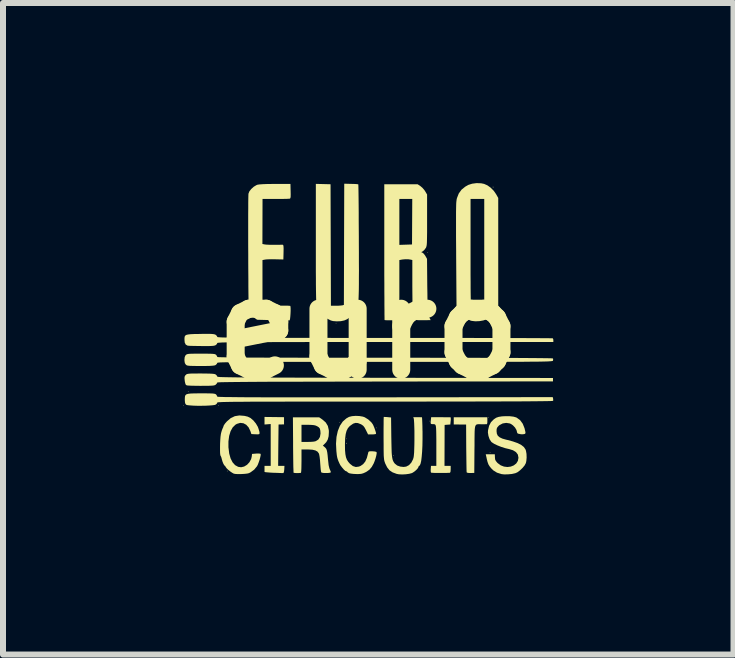
<source format=kicad_pcb>
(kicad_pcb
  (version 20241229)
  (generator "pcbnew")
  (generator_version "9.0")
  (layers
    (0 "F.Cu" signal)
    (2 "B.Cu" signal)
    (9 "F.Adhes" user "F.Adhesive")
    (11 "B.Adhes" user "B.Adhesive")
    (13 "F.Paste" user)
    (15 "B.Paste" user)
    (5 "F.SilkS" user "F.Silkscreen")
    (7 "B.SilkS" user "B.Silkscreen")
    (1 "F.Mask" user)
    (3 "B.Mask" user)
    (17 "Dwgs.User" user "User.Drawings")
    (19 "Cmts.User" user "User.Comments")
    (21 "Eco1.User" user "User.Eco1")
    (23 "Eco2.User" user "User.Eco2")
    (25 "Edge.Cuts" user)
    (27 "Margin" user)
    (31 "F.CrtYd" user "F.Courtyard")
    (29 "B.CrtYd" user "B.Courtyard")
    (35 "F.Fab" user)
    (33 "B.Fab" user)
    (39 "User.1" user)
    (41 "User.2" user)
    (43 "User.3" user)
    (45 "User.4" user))
  (footprint "euro"
    (layer "F.Cu")
    (at 3.089 2.419)
    (property "Reference" "euro" (at 0 0 0) (layer "F.SilkS") (effects (font (size 1.524 1.524) (thickness 0.3))))
    (attr board_only exclude_from_pos_files exclude_from_bom)
    (fp_poly (pts (xy -3.078 1.283) (xy -3.084 1.288) (xy -3.089 1.283) (xy -3.084 1.277)) (stroke (width 0) (type solid)) (fill yes) (layer "F.SilkS"))
    (fp_poly (pts (xy -2.998 1.055) (xy -3.004 1.06) (xy -3.01 1.055) (xy -3.004 1.049)) (stroke (width 0) (type solid)) (fill yes) (layer "F.SilkS"))
    (fp_poly (pts (xy -2.497 1.283) (xy -2.502 1.288) (xy -2.508 1.283) (xy -2.502 1.277)) (stroke (width 0) (type solid)) (fill yes) (layer "F.SilkS"))
    (fp_poly (pts (xy -2.348 2.377) (xy -2.354 2.383) (xy -2.36 2.377) (xy -2.354 2.371)) (stroke (width 0) (type solid)) (fill yes) (layer "F.SilkS"))
    (fp_poly (pts (xy -0.536 -0.086) (xy -0.542 -0.08) (xy -0.547 -0.086) (xy -0.542 -0.091)) (stroke (width 0) (type solid)) (fill yes) (layer "F.SilkS"))
    (fp_poly (pts (xy -0.479 1.568) (xy -0.485 1.573) (xy -0.49 1.568) (xy -0.485 1.562)) (stroke (width 0) (type solid)) (fill yes) (layer "F.SilkS"))
    (fp_poly (pts (xy -0.365 1.841) (xy -0.371 1.847) (xy -0.376 1.841) (xy -0.371 1.835)) (stroke (width 0) (type solid)) (fill yes) (layer "F.SilkS"))
    (fp_poly (pts (xy 0.137 1.659) (xy 0.131 1.664) (xy 0.125 1.659) (xy 0.131 1.653)) (stroke (width 0) (type solid)) (fill yes) (layer "F.SilkS"))
    (fp_poly (pts (xy 0.422 2.115) (xy 0.416 2.12) (xy 0.41 2.115) (xy 0.416 2.109)) (stroke (width 0) (type solid)) (fill yes) (layer "F.SilkS"))
    (fp_poly (pts (xy 0.992 -1.26) (xy 0.986 -1.254) (xy 0.98 -1.26) (xy 0.986 -1.265)) (stroke (width 0) (type solid)) (fill yes) (layer "F.SilkS"))
    (fp_poly (pts (xy 1.026 1.545) (xy 1.02 1.55) (xy 1.015 1.545) (xy 1.02 1.539)) (stroke (width 0) (type solid)) (fill yes) (layer "F.SilkS"))
    (fp_poly (pts (xy 2.006 1.488) (xy 2.001 1.493) (xy 1.995 1.488) (xy 2.001 1.482)) (stroke (width 0) (type solid)) (fill yes) (layer "F.SilkS"))
    (fp_poly (pts (xy 2.029 2.069) (xy 2.024 2.075) (xy 2.018 2.069) (xy 2.024 2.063)) (stroke (width 0) (type solid)) (fill yes) (layer "F.SilkS"))
    (fp_poly (pts (xy -0.369 1.908) (xy -0.367 1.921) (xy -0.369 1.923) (xy -0.375 1.921) (xy -0.376 1.915) (xy -0.372 1.906)) (stroke (width 0) (type solid)) (fill yes) (layer "F.SilkS"))
    (fp_poly (pts (xy 2.082 -2.356) (xy 2.081 -2.349) (xy 2.075 -2.348) (xy 2.065 -2.353) (xy 2.067 -2.356) (xy 2.081 -2.357)) (stroke (width 0) (type solid)) (fill yes) (layer "F.SilkS"))
    (fp_poly (pts (xy -1.408 1.48) (xy -1.408 1.6) (xy -1.454 1.601) (xy -1.499 1.602) (xy -1.503 1.947) (xy -1.506 2.291) (xy -1.401 2.291) (xy -1.404 2.35) (xy -1.408 2.384) (xy -1.415 2.406) (xy -1.419 2.411) (xy -1.434 2.411) (xy -1.468 2.41) (xy -1.515 2.408) (xy -1.57 2.406) (xy -1.582 2.406) (xy -1.638 2.403) (xy -1.684 2.399) (xy -1.717 2.396) (xy -1.732 2.392) (xy -1.733 2.391) (xy -1.733 2.375) (xy -1.733 2.346) (xy -1.733 2.337) (xy -1.733 2.291) (xy -1.63 2.291) (xy -1.63 1.594) (xy -1.682 1.598) (xy -1.733 1.602) (xy -1.733 1.476)) (stroke (width 0) (type solid)) (fill yes) (layer "F.SilkS"))
    (fp_poly (pts (xy 1.979 1.538) (xy 1.978 1.576) (xy 1.972 1.595) (xy 1.968 1.597) (xy 1.95 1.597) (xy 1.918 1.598) (xy 1.884 1.598) (xy 1.853 1.597) (xy 1.828 1.597) (xy 1.809 1.599) (xy 1.794 1.605) (xy 1.783 1.618) (xy 1.775 1.639) (xy 1.77 1.671) (xy 1.767 1.717) (xy 1.766 1.777) (xy 1.765 1.855) (xy 1.765 1.953) (xy 1.764 2.009) (xy 1.761 2.408) (xy 1.7 2.41) (xy 1.665 2.409) (xy 1.641 2.404) (xy 1.635 2.4) (xy 1.633 2.386) (xy 1.632 2.352) (xy 1.631 2.301) (xy 1.63 2.235) (xy 1.629 2.157) (xy 1.628 2.07) (xy 1.627 1.995) (xy 1.625 1.602) (xy 1.522 1.602) (xy 1.419 1.601) (xy 1.419 1.481) (xy 1.978 1.481)) (stroke (width 0) (type solid)) (fill yes) (layer "F.SilkS"))
    (fp_poly (pts (xy 1.2 1.48) (xy 1.258 1.481) (xy 1.307 1.481) (xy 1.344 1.481) (xy 1.364 1.481) (xy 1.366 1.482) (xy 1.369 1.492) (xy 1.37 1.519) (xy 1.368 1.542) (xy 1.362 1.602) (xy 1.315 1.605) (xy 1.267 1.609) (xy 1.266 1.95) (xy 1.265 2.291) (xy 1.368 2.291) (xy 1.368 2.348) (xy 1.365 2.388) (xy 1.357 2.405) (xy 1.354 2.406) (xy 1.306 2.408) (xy 1.252 2.409) (xy 1.195 2.409) (xy 1.141 2.409) (xy 1.094 2.408) (xy 1.059 2.406) (xy 1.041 2.404) (xy 1.04 2.403) (xy 1.036 2.388) (xy 1.035 2.358) (xy 1.036 2.343) (xy 1.04 2.291) (xy 1.129 2.291) (xy 1.129 1.951) (xy 1.129 1.851) (xy 1.128 1.773) (xy 1.127 1.712) (xy 1.125 1.667) (xy 1.122 1.636) (xy 1.117 1.615) (xy 1.109 1.603) (xy 1.099 1.598) (xy 1.085 1.596) (xy 1.068 1.596) (xy 1.067 1.596) (xy 1.046 1.594) (xy 1.036 1.586) (xy 1.034 1.565) (xy 1.037 1.533) (xy 1.043 1.48)) (stroke (width 0) (type solid)) (fill yes) (layer "F.SilkS"))
    (fp_poly (pts (xy 1.875 -2.416) (xy 1.924 -2.406) (xy 1.979 -2.382) (xy 2.035 -2.342) (xy 2.086 -2.29) (xy 2.122 -2.238) (xy 2.16 -2.172) (xy 2.16 -0.371) (xy 2.135 -0.319) (xy 2.086 -0.245) (xy 2.023 -0.184) (xy 1.971 -0.152) (xy 1.914 -0.132) (xy 1.848 -0.12) (xy 1.779 -0.117) (xy 1.719 -0.124) (xy 1.694 -0.131) (xy 1.626 -0.167) (xy 1.564 -0.218) (xy 1.514 -0.278) (xy 1.498 -0.305) (xy 1.465 -0.371) (xy 1.459 -1.237) (xy 1.459 -1.283) (xy 1.699 -1.283) (xy 1.699 -1.144) (xy 1.699 -1.012) (xy 1.699 -0.887) (xy 1.7 -0.773) (xy 1.7 -0.67) (xy 1.701 -0.581) (xy 1.702 -0.508) (xy 1.703 -0.451) (xy 1.703 -0.414) (xy 1.704 -0.398) (xy 1.705 -0.397) (xy 1.716 -0.389) (xy 1.744 -0.383) (xy 1.791 -0.379) (xy 1.819 -0.378) (xy 1.927 -0.374) (xy 1.927 -2.155) (xy 1.699 -2.155) (xy 1.699 -1.283) (xy 1.459 -1.283) (xy 1.458 -1.4) (xy 1.457 -1.542) (xy 1.457 -1.664) (xy 1.457 -1.768) (xy 1.457 -1.856) (xy 1.457 -1.929) (xy 1.458 -1.989) (xy 1.459 -2.037) (xy 1.46 -2.075) (xy 1.462 -2.106) (xy 1.465 -2.129) (xy 1.467 -2.147) (xy 1.471 -2.162) (xy 1.472 -2.168) (xy 1.503 -2.247) (xy 1.549 -2.31) (xy 1.611 -2.36) (xy 1.662 -2.389) (xy 1.725 -2.409) (xy 1.799 -2.419)) (stroke (width 0) (type solid)) (fill yes) (layer "F.SilkS"))
    (fp_poly (pts (xy -0.291 -2.406) (xy -0.242 -2.405) (xy -0.203 -2.403) (xy -0.178 -2.4) (xy -0.171 -2.398) (xy -0.17 -2.386) (xy -0.169 -2.353) (xy -0.168 -2.3) (xy -0.167 -2.23) (xy -0.166 -2.144) (xy -0.165 -2.043) (xy -0.164 -1.93) (xy -0.164 -1.805) (xy -0.163 -1.671) (xy -0.162 -1.53) (xy -0.162 -1.444) (xy -0.161 -1.263) (xy -0.161 -1.103) (xy -0.16 -0.962) (xy -0.161 -0.84) (xy -0.161 -0.736) (xy -0.162 -0.646) (xy -0.164 -0.571) (xy -0.166 -0.508) (xy -0.169 -0.456) (xy -0.173 -0.414) (xy -0.178 -0.38) (xy -0.184 -0.352) (xy -0.191 -0.33) (xy -0.199 -0.311) (xy -0.208 -0.295) (xy -0.218 -0.28) (xy -0.224 -0.271) (xy -0.288 -0.2) (xy -0.359 -0.151) (xy -0.402 -0.132) (xy -0.462 -0.119) (xy -0.529 -0.116) (xy -0.592 -0.121) (xy -0.628 -0.131) (xy -0.711 -0.172) (xy -0.779 -0.23) (xy -0.831 -0.302) (xy -0.857 -0.362) (xy -0.861 -0.374) (xy -0.864 -0.388) (xy -0.867 -0.405) (xy -0.869 -0.427) (xy -0.871 -0.454) (xy -0.873 -0.49) (xy -0.874 -0.534) (xy -0.875 -0.59) (xy -0.876 -0.657) (xy -0.877 -0.738) (xy -0.877 -0.835) (xy -0.878 -0.948) (xy -0.878 -1.079) (xy -0.878 -1.23) (xy -0.878 -1.402) (xy -0.878 -2.406) (xy -0.633 -2.4) (xy -0.63 -1.388) (xy -0.627 -0.376) (xy -0.544 -0.376) (xy -0.499 -0.377) (xy -0.461 -0.38) (xy -0.436 -0.383) (xy -0.436 -0.383) (xy -0.411 -0.39) (xy -0.408 -1.399) (xy -0.405 -2.409)) (stroke (width 0) (type solid)) (fill yes) (layer "F.SilkS"))
    (fp_poly (pts (xy -2.715 0.753) (xy -2.654 0.754) (xy -2.61 0.756) (xy -2.579 0.759) (xy -2.559 0.763) (xy -2.546 0.769) (xy -2.545 0.77) (xy -2.526 0.789) (xy -2.519 0.804) (xy -2.517 0.806) (xy -2.51 0.808) (xy -2.497 0.809) (xy -2.478 0.811) (xy -2.451 0.812) (xy -2.417 0.813) (xy -2.373 0.814) (xy -2.319 0.815) (xy -2.256 0.816) (xy -2.18 0.817) (xy -2.093 0.818) (xy -1.992 0.819) (xy -1.878 0.819) (xy -1.749 0.82) (xy -1.605 0.82) (xy -1.445 0.821) (xy -1.268 0.821) (xy -1.073 0.822) (xy -0.859 0.822) (xy -0.626 0.823) (xy -0.373 0.823) (xy -0.099 0.823) (xy 0.197 0.824) (xy 0.276 0.824) (xy 3.072 0.827) (xy 3.072 0.884) (xy 0.276 0.886) (xy -0.042 0.887) (xy -0.339 0.887) (xy -0.614 0.888) (xy -0.868 0.888) (xy -1.101 0.889) (xy -1.314 0.889) (xy -1.508 0.89) (xy -1.683 0.89) (xy -1.84 0.891) (xy -1.978 0.892) (xy -2.1 0.893) (xy -2.205 0.894) (xy -2.294 0.895) (xy -2.367 0.896) (xy -2.425 0.897) (xy -2.469 0.898) (xy -2.499 0.9) (xy -2.515 0.901) (xy -2.519 0.902) (xy -2.527 0.918) (xy -2.544 0.936) (xy -2.554 0.944) (xy -2.568 0.949) (xy -2.588 0.953) (xy -2.619 0.955) (xy -2.662 0.957) (xy -2.722 0.957) (xy -2.799 0.958) (xy -2.88 0.957) (xy -2.942 0.956) (xy -2.986 0.954) (xy -3.016 0.952) (xy -3.034 0.947) (xy -3.043 0.942) (xy -3.043 0.941) (xy -3.052 0.921) (xy -3.06 0.887) (xy -3.063 0.863) (xy -3.066 0.825) (xy -3.062 0.8) (xy -3.051 0.782) (xy -3.045 0.777) (xy -3.036 0.768) (xy -3.025 0.762) (xy -3.008 0.758) (xy -2.982 0.755) (xy -2.945 0.753) (xy -2.893 0.753) (xy -2.822 0.752) (xy -2.796 0.752)) (stroke (width 0) (type solid)) (fill yes) (layer "F.SilkS"))
    (fp_poly (pts (xy -0.769 1.519) (xy -0.713 1.568) (xy -0.678 1.626) (xy -0.662 1.697) (xy -0.661 1.726) (xy -0.665 1.797) (xy -0.679 1.851) (xy -0.703 1.894) (xy -0.723 1.916) (xy -0.761 1.953) (xy -0.729 1.98) (xy -0.715 1.994) (xy -0.703 2.011) (xy -0.695 2.034) (xy -0.688 2.067) (xy -0.682 2.114) (xy -0.676 2.179) (xy -0.673 2.206) (xy -0.665 2.279) (xy -0.653 2.331) (xy -0.643 2.356) (xy -0.631 2.382) (xy -0.629 2.399) (xy -0.629 2.4) (xy -0.647 2.406) (xy -0.678 2.41) (xy -0.716 2.41) (xy -0.752 2.409) (xy -0.778 2.404) (xy -0.787 2.4) (xy -0.792 2.384) (xy -0.797 2.35) (xy -0.801 2.303) (xy -0.805 2.251) (xy -0.809 2.193) (xy -0.815 2.142) (xy -0.822 2.103) (xy -0.828 2.084) (xy -0.85 2.054) (xy -0.885 2.034) (xy -0.934 2.022) (xy -1.002 2.018) (xy -1.016 2.018) (xy -1.117 2.018) (xy -1.117 2.212) (xy -1.118 2.275) (xy -1.119 2.331) (xy -1.121 2.373) (xy -1.124 2.4) (xy -1.126 2.407) (xy -1.154 2.41) (xy -1.188 2.411) (xy -1.221 2.41) (xy -1.243 2.407) (xy -1.249 2.405) (xy -1.25 2.392) (xy -1.251 2.358) (xy -1.253 2.307) (xy -1.254 2.24) (xy -1.255 2.161) (xy -1.256 2.071) (xy -1.257 1.973) (xy -1.257 1.939) (xy -1.257 1.892) (xy -1.117 1.892) (xy -1.015 1.892) (xy -0.965 1.891) (xy -0.921 1.888) (xy -0.888 1.882) (xy -0.882 1.88) (xy -0.837 1.853) (xy -0.81 1.81) (xy -0.8 1.753) (xy -0.803 1.705) (xy -0.811 1.671) (xy -0.828 1.649) (xy -0.854 1.632) (xy -0.88 1.62) (xy -0.908 1.613) (xy -0.945 1.609) (xy -0.998 1.607) (xy -1.008 1.607) (xy -1.117 1.607) (xy -1.117 1.892) (xy -1.257 1.892) (xy -1.26 1.482) (xy -0.823 1.482)) (stroke (width 0) (type solid)) (fill yes) (layer "F.SilkS"))
    (fp_poly (pts (xy 0.293 1.477) (xy 0.316 1.479) (xy 0.375 1.485) (xy 0.379 1.811) (xy 0.381 1.916) (xy 0.383 2) (xy 0.385 2.067) (xy 0.389 2.119) (xy 0.395 2.16) (xy 0.402 2.191) (xy 0.412 2.215) (xy 0.424 2.236) (xy 0.44 2.256) (xy 0.44 2.256) (xy 0.477 2.285) (xy 0.528 2.303) (xy 0.584 2.309) (xy 0.627 2.303) (xy 0.673 2.279) (xy 0.712 2.237) (xy 0.741 2.181) (xy 0.751 2.146) (xy 0.755 2.114) (xy 0.759 2.067) (xy 0.761 2.007) (xy 0.763 1.938) (xy 0.764 1.864) (xy 0.764 1.787) (xy 0.764 1.713) (xy 0.762 1.644) (xy 0.76 1.584) (xy 0.757 1.537) (xy 0.754 1.506) (xy 0.75 1.496) (xy 0.743 1.484) (xy 0.753 1.481) (xy 0.772 1.48) (xy 0.804 1.48) (xy 0.84 1.48) (xy 0.871 1.481) (xy 0.889 1.481) (xy 0.89 1.481) (xy 0.891 1.492) (xy 0.893 1.523) (xy 0.895 1.569) (xy 0.897 1.629) (xy 0.898 1.697) (xy 0.899 1.719) (xy 0.899 1.844) (xy 0.897 1.957) (xy 0.892 2.056) (xy 0.885 2.139) (xy 0.877 2.207) (xy 0.866 2.255) (xy 0.853 2.284) (xy 0.842 2.291) (xy 0.833 2.301) (xy 0.832 2.307) (xy 0.823 2.327) (xy 0.801 2.353) (xy 0.771 2.38) (xy 0.739 2.402) (xy 0.722 2.411) (xy 0.678 2.423) (xy 0.62 2.431) (xy 0.558 2.434) (xy 0.502 2.431) (xy 0.467 2.424) (xy 0.4 2.399) (xy 0.349 2.365) (xy 0.31 2.316) (xy 0.277 2.25) (xy 0.276 2.246) (xy 0.269 2.227) (xy 0.263 2.208) (xy 0.259 2.187) (xy 0.256 2.159) (xy 0.253 2.123) (xy 0.252 2.076) (xy 0.251 2.014) (xy 0.251 1.936) (xy 0.25 1.837) (xy 0.25 1.831) (xy 0.25 1.744) (xy 0.25 1.665) (xy 0.251 1.596) (xy 0.251 1.54) (xy 0.252 1.5) (xy 0.253 1.479) (xy 0.253 1.476) (xy 0.265 1.476)) (stroke (width 0) (type solid)) (fill yes) (layer "F.SilkS"))
    (fp_poly (pts (xy -0.151 1.461) (xy -0.093 1.471) (xy -0.063 1.482) (xy -0.005 1.518) (xy 0.046 1.565) (xy 0.069 1.596) (xy 0.082 1.622) (xy 0.097 1.659) (xy 0.111 1.699) (xy 0.122 1.734) (xy 0.125 1.755) (xy 0.115 1.762) (xy 0.086 1.766) (xy 0.059 1.767) (xy -0.008 1.767) (xy -0.044 1.694) (xy -0.067 1.651) (xy -0.088 1.624) (xy -0.114 1.605) (xy -0.129 1.597) (xy -0.177 1.578) (xy -0.217 1.575) (xy -0.257 1.588) (xy -0.301 1.619) (xy -0.315 1.63) (xy -0.344 1.663) (xy -0.366 1.706) (xy -0.381 1.762) (xy -0.39 1.833) (xy -0.393 1.923) (xy -0.393 1.944) (xy -0.392 2.029) (xy -0.386 2.096) (xy -0.376 2.148) (xy -0.36 2.19) (xy -0.336 2.227) (xy -0.31 2.256) (xy -0.262 2.294) (xy -0.212 2.31) (xy -0.16 2.303) (xy -0.133 2.292) (xy -0.09 2.262) (xy -0.055 2.219) (xy -0.028 2.158) (xy -0.007 2.078) (xy -0.007 2.075) (xy -0.002 2.059) (xy 0.009 2.05) (xy 0.031 2.048) (xy 0.065 2.048) (xy 0.101 2.051) (xy 0.127 2.057) (xy 0.134 2.062) (xy 0.135 2.085) (xy 0.128 2.123) (xy 0.116 2.168) (xy 0.1 2.215) (xy 0.086 2.25) (xy 0.053 2.309) (xy 0.016 2.353) (xy -0.03 2.386) (xy -0.054 2.399) (xy -0.09 2.415) (xy -0.124 2.424) (xy -0.166 2.427) (xy -0.201 2.427) (xy -0.249 2.425) (xy -0.291 2.42) (xy -0.32 2.414) (xy -0.322 2.413) (xy -0.344 2.402) (xy -0.353 2.392) (xy -0.363 2.383) (xy -0.368 2.383) (xy -0.388 2.374) (xy -0.414 2.35) (xy -0.442 2.317) (xy -0.469 2.281) (xy -0.487 2.246) (xy -0.504 2.207) (xy -0.515 2.176) (xy -0.523 2.146) (xy -0.529 2.111) (xy -0.534 2.062) (xy -0.536 2.045) (xy -0.542 1.922) (xy -0.534 1.809) (xy -0.512 1.709) (xy -0.477 1.623) (xy -0.43 1.553) (xy -0.371 1.501) (xy -0.325 1.475) (xy -0.276 1.463) (xy -0.215 1.458)) (stroke (width 0) (type solid)) (fill yes) (layer "F.SilkS"))
    (fp_poly (pts (xy -2.067 1.458) (xy -2.013 1.471) (xy -1.966 1.494) (xy -1.919 1.534) (xy -1.877 1.585) (xy -1.844 1.641) (xy -1.833 1.672) (xy -1.819 1.718) (xy -1.815 1.746) (xy -1.82 1.761) (xy -1.839 1.766) (xy -1.872 1.765) (xy -1.882 1.765) (xy -1.952 1.761) (xy -1.969 1.71) (xy -1.998 1.65) (xy -2.038 1.606) (xy -2.085 1.581) (xy -2.138 1.575) (xy -2.192 1.591) (xy -2.217 1.605) (xy -2.263 1.65) (xy -2.298 1.713) (xy -2.322 1.792) (xy -2.334 1.884) (xy -2.334 1.988) (xy -2.333 1.988) (xy -2.321 2.086) (xy -2.298 2.167) (xy -2.265 2.232) (xy -2.223 2.279) (xy -2.172 2.307) (xy -2.123 2.314) (xy -2.072 2.302) (xy -2.024 2.273) (xy -1.984 2.23) (xy -1.956 2.178) (xy -1.946 2.137) (xy -1.941 2.092) (xy -1.871 2.086) (xy -1.827 2.085) (xy -1.802 2.089) (xy -1.797 2.093) (xy -1.797 2.113) (xy -1.804 2.147) (xy -1.815 2.189) (xy -1.83 2.233) (xy -1.845 2.272) (xy -1.858 2.297) (xy -1.905 2.354) (xy -1.965 2.398) (xy -1.992 2.412) (xy -2.021 2.419) (xy -2.065 2.424) (xy -2.117 2.427) (xy -2.169 2.428) (xy -2.213 2.426) (xy -2.243 2.421) (xy -2.246 2.42) (xy -2.273 2.405) (xy -2.305 2.383) (xy -2.338 2.356) (xy -2.365 2.33) (xy -2.38 2.309) (xy -2.383 2.303) (xy -2.39 2.292) (xy -2.392 2.291) (xy -2.403 2.282) (xy -2.418 2.256) (xy -2.432 2.222) (xy -2.443 2.185) (xy -2.446 2.173) (xy -2.454 2.144) (xy -2.462 2.127) (xy -2.464 2.125) (xy -2.469 2.111) (xy -2.473 2.078) (xy -2.474 2.032) (xy -2.474 1.977) (xy -2.473 1.918) (xy -2.47 1.86) (xy -2.466 1.806) (xy -2.46 1.762) (xy -2.455 1.739) (xy -2.444 1.701) (xy -2.433 1.672) (xy -2.427 1.659) (xy -2.418 1.639) (xy -2.417 1.63) (xy -2.409 1.613) (xy -2.39 1.585) (xy -2.362 1.553) (xy -2.357 1.548) (xy -2.295 1.495) (xy -2.227 1.463) (xy -2.152 1.451)) (stroke (width 0) (type solid)) (fill yes) (layer "F.SilkS"))
    (fp_poly (pts (xy -2.708 1.083) (xy -2.649 1.084) (xy -2.606 1.085) (xy -2.577 1.088) (xy -2.558 1.092) (xy -2.546 1.097) (xy -2.538 1.104) (xy -2.524 1.125) (xy -2.519 1.138) (xy -2.514 1.14) (xy -2.498 1.141) (xy -2.471 1.142) (xy -2.432 1.143) (xy -2.38 1.145) (xy -2.314 1.145) (xy -2.235 1.146) (xy -2.141 1.147) (xy -2.032 1.148) (xy -1.907 1.148) (xy -1.765 1.149) (xy -1.606 1.149) (xy -1.429 1.149) (xy -1.234 1.149) (xy -1.02 1.149) (xy -0.786 1.149) (xy -0.531 1.149) (xy -0.256 1.149) (xy 0.041 1.149) (xy 0.274 1.149) (xy 3.068 1.146) (xy 3.074 1.171) (xy 3.076 1.196) (xy 3.073 1.208) (xy 3.063 1.209) (xy 3.036 1.211) (xy 2.991 1.212) (xy 2.927 1.213) (xy 2.845 1.214) (xy 2.744 1.215) (xy 2.623 1.216) (xy 2.483 1.217) (xy 2.323 1.217) (xy 2.143 1.218) (xy 1.942 1.218) (xy 1.721 1.219) (xy 1.478 1.219) (xy 1.214 1.219) (xy 0.928 1.22) (xy 0.619 1.22) (xy 0.289 1.22) (xy 0.273 1.22) (xy -0.028 1.22) (xy -0.308 1.22) (xy -0.566 1.22) (xy -0.804 1.22) (xy -1.022 1.22) (xy -1.221 1.22) (xy -1.403 1.221) (xy -1.567 1.221) (xy -1.715 1.221) (xy -1.847 1.222) (xy -1.965 1.222) (xy -2.069 1.223) (xy -2.159 1.224) (xy -2.238 1.224) (xy -2.304 1.225) (xy -2.36 1.226) (xy -2.406 1.227) (xy -2.443 1.228) (xy -2.472 1.23) (xy -2.493 1.231) (xy -2.507 1.232) (xy -2.516 1.234) (xy -2.519 1.236) (xy -2.519 1.236) (xy -2.528 1.255) (xy -2.545 1.27) (xy -2.566 1.277) (xy -2.605 1.282) (xy -2.658 1.286) (xy -2.72 1.289) (xy -2.787 1.29) (xy -2.854 1.29) (xy -2.917 1.288) (xy -2.972 1.284) (xy -3.013 1.28) (xy -3.037 1.274) (xy -3.038 1.272) (xy -3.051 1.258) (xy -3.058 1.233) (xy -3.061 1.193) (xy -3.061 1.187) (xy -3.06 1.155) (xy -3.057 1.13) (xy -3.049 1.112) (xy -3.033 1.099) (xy -3.006 1.091) (xy -2.966 1.086) (xy -2.909 1.084) (xy -2.834 1.083) (xy -2.786 1.083)) (stroke (width 0) (type solid)) (fill yes) (layer "F.SilkS"))
    (fp_poly (pts (xy 0.864 -2.369) (xy 0.898 -2.34) (xy 0.931 -2.301) (xy 0.943 -2.283) (xy 0.975 -2.229) (xy 0.975 -1.801) (xy 0.975 -1.691) (xy 0.975 -1.602) (xy 0.974 -1.53) (xy 0.973 -1.475) (xy 0.972 -1.432) (xy 0.97 -1.401) (xy 0.967 -1.378) (xy 0.963 -1.362) (xy 0.959 -1.349) (xy 0.953 -1.338) (xy 0.949 -1.333) (xy 0.927 -1.304) (xy 0.903 -1.283) (xy 0.898 -1.28) (xy 0.88 -1.271) (xy 0.882 -1.266) (xy 0.896 -1.261) (xy 0.915 -1.247) (xy 0.937 -1.22) (xy 0.947 -1.205) (xy 0.974 -1.157) (xy 0.978 -0.701) (xy 0.98 -0.587) (xy 0.981 -0.493) (xy 0.982 -0.418) (xy 0.983 -0.358) (xy 0.985 -0.312) (xy 0.987 -0.277) (xy 0.99 -0.25) (xy 0.994 -0.23) (xy 0.998 -0.215) (xy 1.004 -0.2) (xy 1.008 -0.191) (xy 1.034 -0.137) (xy 0.93 -0.135) (xy 0.87 -0.135) (xy 0.828 -0.136) (xy 0.801 -0.138) (xy 0.784 -0.142) (xy 0.773 -0.149) (xy 0.767 -0.156) (xy 0.758 -0.172) (xy 0.751 -0.194) (xy 0.744 -0.224) (xy 0.739 -0.266) (xy 0.736 -0.32) (xy 0.733 -0.388) (xy 0.731 -0.473) (xy 0.73 -0.577) (xy 0.729 -0.701) (xy 0.729 -0.711) (xy 0.729 -1.138) (xy 0.703 -1.144) (xy 0.665 -1.15) (xy 0.616 -1.151) (xy 0.567 -1.147) (xy 0.549 -1.144) (xy 0.513 -1.137) (xy 0.513 -0.637) (xy 0.513 -0.533) (xy 0.512 -0.436) (xy 0.511 -0.348) (xy 0.51 -0.273) (xy 0.509 -0.212) (xy 0.507 -0.167) (xy 0.506 -0.142) (xy 0.504 -0.136) (xy 0.457 -0.135) (xy 0.405 -0.134) (xy 0.355 -0.134) (xy 0.312 -0.134) (xy 0.281 -0.136) (xy 0.267 -0.138) (xy 0.267 -0.138) (xy 0.266 -0.15) (xy 0.266 -0.184) (xy 0.265 -0.237) (xy 0.265 -0.308) (xy 0.264 -0.396) (xy 0.264 -0.499) (xy 0.263 -0.616) (xy 0.263 -0.744) (xy 0.262 -0.883) (xy 0.262 -1.031) (xy 0.262 -1.186) (xy 0.262 -1.273) (xy 0.262 -1.39) (xy 0.513 -1.39) (xy 0.724 -1.397) (xy 0.726 -1.776) (xy 0.728 -2.155) (xy 0.513 -2.155) (xy 0.513 -1.39) (xy 0.262 -1.39) (xy 0.262 -2.4) (xy 0.817 -2.4)) (stroke (width 0) (type solid)) (fill yes) (layer "F.SilkS"))
    (fp_poly (pts (xy 2.353 1.464) (xy 2.413 1.471) (xy 2.459 1.484) (xy 2.467 1.488) (xy 2.524 1.529) (xy 2.568 1.589) (xy 2.599 1.667) (xy 2.6 1.673) (xy 2.61 1.714) (xy 2.614 1.737) (xy 2.612 1.75) (xy 2.604 1.757) (xy 2.599 1.76) (xy 2.575 1.764) (xy 2.54 1.764) (xy 2.526 1.762) (xy 2.493 1.755) (xy 2.477 1.745) (xy 2.474 1.732) (xy 2.464 1.694) (xy 2.44 1.653) (xy 2.405 1.616) (xy 2.366 1.59) (xy 2.351 1.584) (xy 2.294 1.575) (xy 2.235 1.584) (xy 2.184 1.61) (xy 2.169 1.622) (xy 2.145 1.649) (xy 2.134 1.675) (xy 2.132 1.712) (xy 2.137 1.755) (xy 2.153 1.789) (xy 2.183 1.815) (xy 2.229 1.837) (xy 2.296 1.856) (xy 2.304 1.857) (xy 2.404 1.884) (xy 2.484 1.912) (xy 2.544 1.943) (xy 2.587 1.977) (xy 2.614 2.017) (xy 2.622 2.04) (xy 2.631 2.092) (xy 2.633 2.152) (xy 2.628 2.21) (xy 2.62 2.245) (xy 2.599 2.284) (xy 2.564 2.326) (xy 2.522 2.366) (xy 2.479 2.398) (xy 2.445 2.413) (xy 2.387 2.426) (xy 2.321 2.432) (xy 2.258 2.433) (xy 2.215 2.428) (xy 2.139 2.404) (xy 2.078 2.366) (xy 2.046 2.335) (xy 2.018 2.301) (xy 1.997 2.267) (xy 1.982 2.226) (xy 1.968 2.171) (xy 1.967 2.163) (xy 1.952 2.098) (xy 2.028 2.098) (xy 2.103 2.098) (xy 2.105 2.149) (xy 2.108 2.183) (xy 2.12 2.209) (xy 2.144 2.238) (xy 2.151 2.245) (xy 2.201 2.282) (xy 2.256 2.303) (xy 2.313 2.31) (xy 2.369 2.303) (xy 2.419 2.283) (xy 2.46 2.251) (xy 2.487 2.208) (xy 2.497 2.156) (xy 2.497 2.156) (xy 2.487 2.103) (xy 2.456 2.062) (xy 2.406 2.031) (xy 2.345 2.012) (xy 2.277 1.996) (xy 2.208 1.974) (xy 2.145 1.949) (xy 2.091 1.923) (xy 2.053 1.898) (xy 2.044 1.89) (xy 2.016 1.847) (xy 1.997 1.792) (xy 1.988 1.735) (xy 1.99 1.699) (xy 2.008 1.622) (xy 2.04 1.562) (xy 2.087 1.515) (xy 2.126 1.489) (xy 2.167 1.475) (xy 2.223 1.466) (xy 2.288 1.463)) (stroke (width 0) (type solid)) (fill yes) (layer "F.SilkS"))
    (fp_poly (pts (xy -2.619 0.093) (xy -2.587 0.096) (xy -2.566 0.1) (xy -2.551 0.105) (xy -2.547 0.108) (xy -2.527 0.126) (xy -2.519 0.143) (xy -2.518 0.145) (xy -2.511 0.146) (xy -2.5 0.148) (xy -2.482 0.149) (xy -2.458 0.151) (xy -2.426 0.152) (xy -2.385 0.153) (xy -2.335 0.154) (xy -2.276 0.155) (xy -2.205 0.156) (xy -2.122 0.156) (xy -2.027 0.157) (xy -1.919 0.157) (xy -1.796 0.158) (xy -1.659 0.158) (xy -1.506 0.159) (xy -1.336 0.159) (xy -1.149 0.159) (xy -0.943 0.159) (xy -0.719 0.159) (xy -0.474 0.16) (xy -0.209 0.16) (xy 0.077 0.16) (xy 0.269 0.16) (xy 0.519 0.16) (xy 0.764 0.16) (xy 1.002 0.16) (xy 1.232 0.16) (xy 1.453 0.16) (xy 1.664 0.16) (xy 1.864 0.161) (xy 2.052 0.161) (xy 2.227 0.161) (xy 2.389 0.162) (xy 2.536 0.162) (xy 2.667 0.163) (xy 2.781 0.163) (xy 2.878 0.164) (xy 2.956 0.164) (xy 3.014 0.165) (xy 3.051 0.165) (xy 3.067 0.166) (xy 3.068 0.166) (xy 3.076 0.181) (xy 3.078 0.2) (xy 3.078 0.228) (xy 0.279 0.228) (xy -0.022 0.228) (xy -0.302 0.228) (xy -0.561 0.228) (xy -0.799 0.228) (xy -1.017 0.228) (xy -1.217 0.229) (xy -1.399 0.229) (xy -1.564 0.229) (xy -1.712 0.23) (xy -1.845 0.23) (xy -1.962 0.231) (xy -2.066 0.231) (xy -2.157 0.232) (xy -2.236 0.233) (xy -2.303 0.233) (xy -2.359 0.234) (xy -2.405 0.235) (xy -2.442 0.236) (xy -2.471 0.238) (xy -2.492 0.239) (xy -2.507 0.241) (xy -2.516 0.242) (xy -2.519 0.244) (xy -2.519 0.244) (xy -2.528 0.263) (xy -2.545 0.279) (xy -2.558 0.285) (xy -2.577 0.29) (xy -2.607 0.293) (xy -2.65 0.295) (xy -2.71 0.295) (xy -2.781 0.295) (xy -2.85 0.294) (xy -2.912 0.293) (xy -2.962 0.292) (xy -2.998 0.29) (xy -3.015 0.288) (xy -3.045 0.271) (xy -3.062 0.237) (xy -3.066 0.193) (xy -3.066 0.163) (xy -3.063 0.139) (xy -3.054 0.122) (xy -3.037 0.11) (xy -3.009 0.103) (xy -2.968 0.098) (xy -2.909 0.095) (xy -2.832 0.094) (xy -2.804 0.093) (xy -2.724 0.092) (xy -2.663 0.092)) (stroke (width 0) (type solid)) (fill yes) (layer "F.SilkS"))
    (fp_poly (pts (xy -1.298 -2.286) (xy -1.297 -2.229) (xy -1.298 -2.191) (xy -1.302 -2.17) (xy -1.309 -2.161) (xy -1.309 -2.16) (xy -1.325 -2.159) (xy -1.36 -2.157) (xy -1.409 -2.156) (xy -1.471 -2.155) (xy -1.54 -2.155) (xy -1.545 -2.155) (xy -1.766 -2.155) (xy -1.767 -1.78) (xy -1.768 -1.405) (xy -1.727 -1.397) (xy -1.698 -1.394) (xy -1.654 -1.392) (xy -1.601 -1.391) (xy -1.564 -1.391) (xy -1.513 -1.391) (xy -1.469 -1.392) (xy -1.438 -1.392) (xy -1.428 -1.392) (xy -1.421 -1.386) (xy -1.417 -1.366) (xy -1.415 -1.331) (xy -1.416 -1.276) (xy -1.416 -1.269) (xy -1.419 -1.147) (xy -1.552 -1.15) (xy -1.609 -1.151) (xy -1.662 -1.15) (xy -1.704 -1.148) (xy -1.726 -1.145) (xy -1.767 -1.137) (xy -1.767 -0.39) (xy -1.736 -0.382) (xy -1.715 -0.38) (xy -1.675 -0.378) (xy -1.621 -0.377) (xy -1.559 -0.377) (xy -1.51 -0.377) (xy -1.445 -0.378) (xy -1.388 -0.378) (xy -1.343 -0.377) (xy -1.314 -0.375) (xy -1.304 -0.374) (xy -1.3 -0.36) (xy -1.298 -0.33) (xy -1.298 -0.29) (xy -1.3 -0.245) (xy -1.303 -0.201) (xy -1.307 -0.163) (xy -1.312 -0.139) (xy -1.317 -0.132) (xy -1.331 -0.132) (xy -1.365 -0.132) (xy -1.414 -0.133) (xy -1.477 -0.134) (xy -1.549 -0.135) (xy -1.592 -0.136) (xy -1.856 -0.143) (xy -1.905 -0.177) (xy -1.938 -0.204) (xy -1.968 -0.232) (xy -1.977 -0.243) (xy -1.981 -0.249) (xy -1.985 -0.256) (xy -1.988 -0.265) (xy -1.991 -0.278) (xy -1.993 -0.296) (xy -1.995 -0.322) (xy -1.997 -0.355) (xy -1.998 -0.398) (xy -1.999 -0.452) (xy -2 -0.519) (xy -2.001 -0.6) (xy -2.002 -0.697) (xy -2.002 -0.811) (xy -2.003 -0.944) (xy -2.004 -1.096) (xy -2.004 -1.241) (xy -2.005 -1.388) (xy -2.005 -1.529) (xy -2.005 -1.663) (xy -2.005 -1.787) (xy -2.005 -1.9) (xy -2.004 -2) (xy -2.004 -2.085) (xy -2.003 -2.154) (xy -2.002 -2.205) (xy -2.001 -2.236) (xy -2 -2.244) (xy -1.985 -2.282) (xy -1.954 -2.321) (xy -1.913 -2.358) (xy -1.87 -2.384) (xy -1.851 -2.392) (xy -1.818 -2.397) (xy -1.764 -2.401) (xy -1.687 -2.404) (xy -1.59 -2.405) (xy -1.553 -2.405) (xy -1.301 -2.405)) (stroke (width 0) (type solid)) (fill yes) (layer "F.SilkS"))
    (fp_poly (pts (xy -2.71 0.422) (xy -2.651 0.423) (xy -2.608 0.424) (xy -2.578 0.427) (xy -2.559 0.43) (xy -2.547 0.436) (xy -2.538 0.443) (xy -2.538 0.443) (xy -2.524 0.464) (xy -2.519 0.477) (xy -2.514 0.478) (xy -2.498 0.48) (xy -2.47 0.481) (xy -2.43 0.482) (xy -2.376 0.483) (xy -2.309 0.484) (xy -2.228 0.485) (xy -2.133 0.486) (xy -2.021 0.487) (xy -1.894 0.487) (xy -1.75 0.488) (xy -1.588 0.489) (xy -1.409 0.489) (xy -1.211 0.489) (xy -0.993 0.49) (xy -0.756 0.49) (xy -0.498 0.49) (xy -0.219 0.49) (xy 0.081 0.49) (xy 0.273 0.49) (xy 0.618 0.49) (xy 0.94 0.49) (xy 1.24 0.491) (xy 1.517 0.491) (xy 1.771 0.491) (xy 2.002 0.492) (xy 2.211 0.492) (xy 2.397 0.493) (xy 2.56 0.494) (xy 2.701 0.495) (xy 2.819 0.496) (xy 2.915 0.497) (xy 2.988 0.498) (xy 3.038 0.499) (xy 3.066 0.501) (xy 3.072 0.502) (xy 3.075 0.521) (xy 3.072 0.536) (xy 3.071 0.538) (xy 3.07 0.541) (xy 3.066 0.543) (xy 3.06 0.545) (xy 3.05 0.546) (xy 3.036 0.548) (xy 3.017 0.549) (xy 2.992 0.551) (xy 2.96 0.552) (xy 2.921 0.553) (xy 2.873 0.554) (xy 2.816 0.555) (xy 2.748 0.555) (xy 2.67 0.556) (xy 2.579 0.557) (xy 2.476 0.557) (xy 2.36 0.557) (xy 2.229 0.558) (xy 2.083 0.558) (xy 1.92 0.558) (xy 1.741 0.558) (xy 1.544 0.558) (xy 1.329 0.559) (xy 1.094 0.559) (xy 0.838 0.559) (xy 0.562 0.559) (xy 0.273 0.559) (xy -0.029 0.559) (xy -0.308 0.559) (xy -0.566 0.559) (xy -0.804 0.559) (xy -1.022 0.559) (xy -1.221 0.559) (xy -1.403 0.559) (xy -1.567 0.56) (xy -1.715 0.56) (xy -1.848 0.561) (xy -1.965 0.561) (xy -2.069 0.562) (xy -2.159 0.562) (xy -2.238 0.563) (xy -2.304 0.564) (xy -2.36 0.565) (xy -2.406 0.566) (xy -2.443 0.567) (xy -2.472 0.568) (xy -2.493 0.57) (xy -2.507 0.571) (xy -2.516 0.573) (xy -2.519 0.575) (xy -2.519 0.575) (xy -2.528 0.593) (xy -2.545 0.609) (xy -2.557 0.616) (xy -2.577 0.62) (xy -2.607 0.623) (xy -2.649 0.626) (xy -2.708 0.627) (xy -2.787 0.627) (xy -2.796 0.627) (xy -2.873 0.627) (xy -2.931 0.626) (xy -2.973 0.625) (xy -3.002 0.622) (xy -3.021 0.619) (xy -3.033 0.613) (xy -3.043 0.605) (xy -3.044 0.604) (xy -3.06 0.579) (xy -3.066 0.543) (xy -3.067 0.524) (xy -3.063 0.481) (xy -3.051 0.453) (xy -3.044 0.445) (xy -3.035 0.437) (xy -3.023 0.431) (xy -3.005 0.427) (xy -2.979 0.424) (xy -2.939 0.423) (xy -2.885 0.422) (xy -2.811 0.422) (xy -2.789 0.422)) (stroke (width 0) (type solid)) (fill yes) (layer "F.SilkS")))
  (gr_rect
    (start -3 -3)
    (end 9.168 7.853)
    (stroke (width 0.1) (type default))
    (fill no)
    (layer "Edge.Cuts")))
</source>
